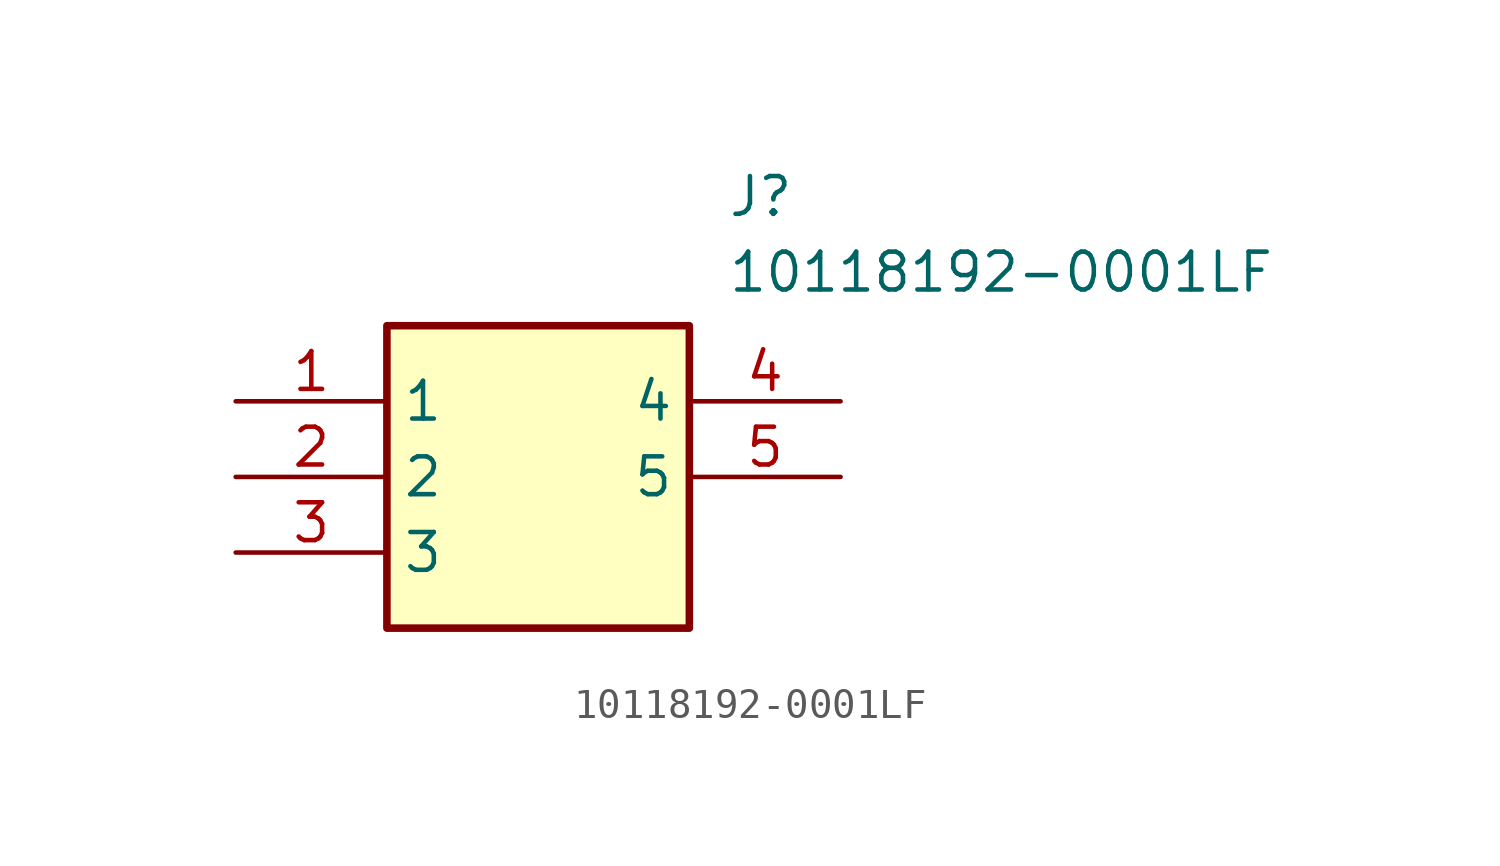
<source format=kicad_sym>
(kicad_symbol_lib
  (version 20211014)
  (generator SamacSys_ECAD_Model)
  (symbol "10118192-0001LF"
    (property "Reference" "J"
      (at 16.51 7.62 0)
      (effects (font (size 1.27 1.27)) (justify left top)))
    (property "Value" "10118192-0001LF"
      (at 16.51 5.08 0)
      (effects (font (size 1.27 1.27)) (justify left top)))
    (rectangle
      (start 5.08 2.54)
      (end 15.24 -7.62)
      (stroke (width 0.254) (type default))
      (fill (type background)))
    (pin passive line
      (at 0 0 0)
      (length 5.08)
      (name "1" (effects (font (size 1.27 1.27))))
      (number "1" (effects (font (size 1.27 1.27)))))
    (pin passive line
      (at 0 -2.54 0)
      (length 5.08)
      (name "2" (effects (font (size 1.27 1.27))))
      (number "2" (effects (font (size 1.27 1.27)))))
    (pin passive line
      (at 0 -5.08 0)
      (length 5.08)
      (name "3" (effects (font (size 1.27 1.27))))
      (number "3" (effects (font (size 1.27 1.27)))))
    (pin passive line
      (at 20.32 0 180)
      (length 5.08)
      (name "4" (effects (font (size 1.27 1.27))))
      (number "4" (effects (font (size 1.27 1.27)))))
    (pin passive line
      (at 20.32 -2.54 180)
      (length 5.08)
      (name "5" (effects (font (size 1.27 1.27))))
      (number "5" (effects (font (size 1.27 1.27)))))))
</source>
